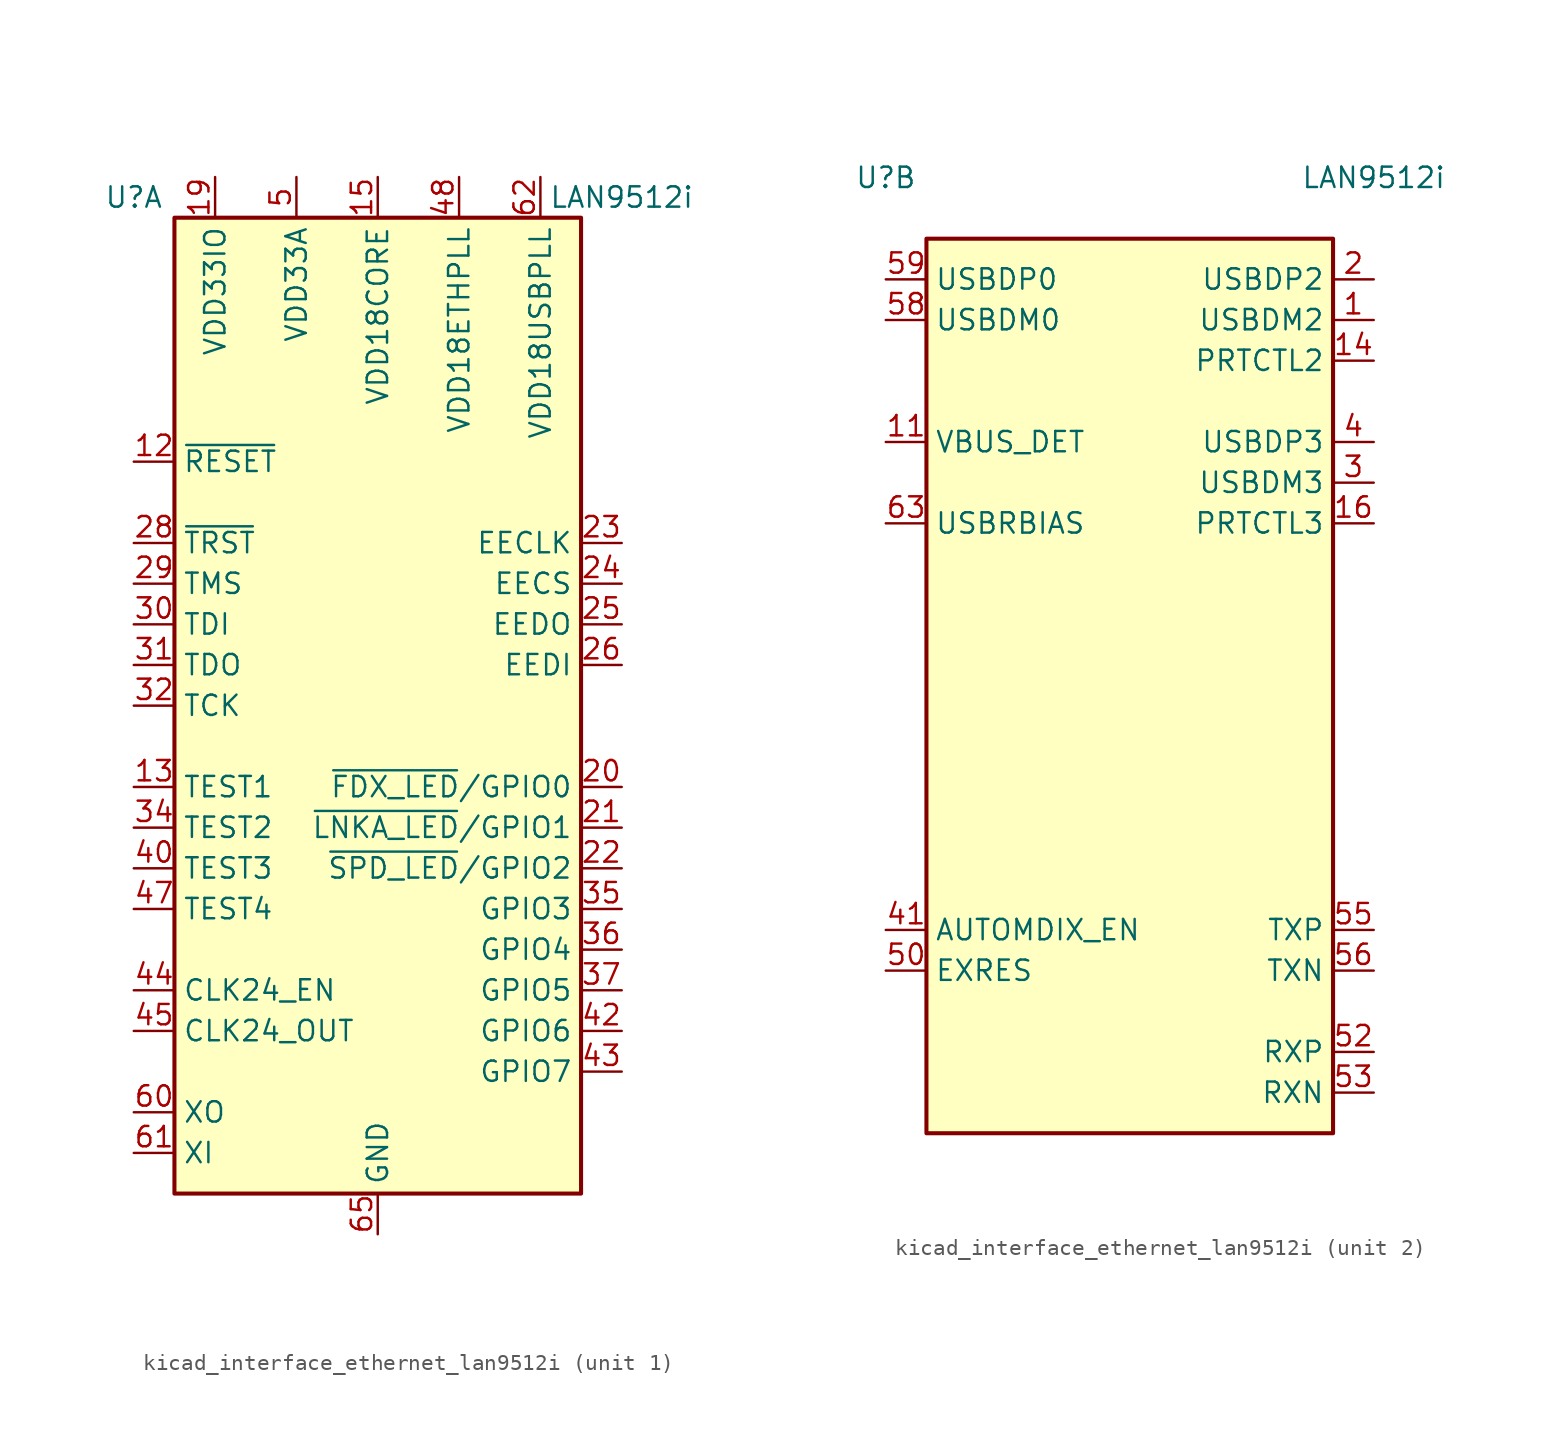
<source format=kicad_sym>
(kicad_symbol_lib
  (version 20220914)
  (generator kicad_symbol_editor)
  (symbol "kicad_interface_ethernet_lan9512i"
    (property "Reference" "U"
      (at -15.24 31.75 0)
      (effects (font (size 1.27 1.27))))
    (property "Value" "LAN9512i"
      (at 15.24 31.75 0)
      (effects (font (size 1.27 1.27))))
    (property "ki_locked" ""
      (at 0 0 0)
      (effects (font (size 1.27 1.27))))
    (symbol "kicad_interface_ethernet_lan9512i_1_1"
      (rectangle (start -12.7 30.48) (end 12.7 -30.48) (stroke (width 0.254) (type default)) (fill (type background)))
      (pin passive line (at -5.08 33.02 270) (length 2.54) hide (name "VDD33A" (effects (font (size 1.27 1.27)))) (number "10" (effects (font (size 1.27 1.27)))))
      (pin input line (at -15.24 15.24 0) (length 2.54) (name "~{RESET}" (effects (font (size 1.27 1.27)))) (number "12" (effects (font (size 1.27 1.27)))))
      (pin input line (at -15.24 -5.08 0) (length 2.54) (name "TEST1" (effects (font (size 1.27 1.27)))) (number "13" (effects (font (size 1.27 1.27)))))
      (pin power_in line (at 0 33.02 270) (length 2.54) (name "VDD18CORE" (effects (font (size 1.27 1.27)))) (number "15" (effects (font (size 1.27 1.27)))))
      (pin power_in line (at -10.16 33.02 270) (length 2.54) (name "VDD33IO" (effects (font (size 1.27 1.27)))) (number "19" (effects (font (size 1.27 1.27)))))
      (pin bidirectional line (at 15.24 -5.08 180) (length 2.54) (name "~{FDX_LED}/GPIO0" (effects (font (size 1.27 1.27)))) (number "20" (effects (font (size 1.27 1.27)))))
      (pin bidirectional line (at 15.24 -7.62 180) (length 2.54) (name "~{LNKA_LED}/GPIO1" (effects (font (size 1.27 1.27)))) (number "21" (effects (font (size 1.27 1.27)))))
      (pin bidirectional line (at 15.24 -10.16 180) (length 2.54) (name "~{SPD_LED}/GPIO2" (effects (font (size 1.27 1.27)))) (number "22" (effects (font (size 1.27 1.27)))))
      (pin output line (at 15.24 10.16 180) (length 2.54) (name "EECLK" (effects (font (size 1.27 1.27)))) (number "23" (effects (font (size 1.27 1.27)))))
      (pin output line (at 15.24 7.62 180) (length 2.54) (name "EECS" (effects (font (size 1.27 1.27)))) (number "24" (effects (font (size 1.27 1.27)))))
      (pin output line (at 15.24 5.08 180) (length 2.54) (name "EEDO" (effects (font (size 1.27 1.27)))) (number "25" (effects (font (size 1.27 1.27)))))
      (pin input line (at 15.24 2.54 180) (length 2.54) (name "EEDI" (effects (font (size 1.27 1.27)))) (number "26" (effects (font (size 1.27 1.27)))))
      (pin passive line (at -10.16 33.02 270) (length 2.54) hide (name "VDD33IO" (effects (font (size 1.27 1.27)))) (number "27" (effects (font (size 1.27 1.27)))))
      (pin input line (at -15.24 10.16 0) (length 2.54) (name "~{TRST}" (effects (font (size 1.27 1.27)))) (number "28" (effects (font (size 1.27 1.27)))))
      (pin input line (at -15.24 7.62 0) (length 2.54) (name "TMS" (effects (font (size 1.27 1.27)))) (number "29" (effects (font (size 1.27 1.27)))))
      (pin input line (at -15.24 5.08 0) (length 2.54) (name "TDI" (effects (font (size 1.27 1.27)))) (number "30" (effects (font (size 1.27 1.27)))))
      (pin output line (at -15.24 2.54 0) (length 2.54) (name "TDO" (effects (font (size 1.27 1.27)))) (number "31" (effects (font (size 1.27 1.27)))))
      (pin input line (at -15.24 0 0) (length 2.54) (name "TCK" (effects (font (size 1.27 1.27)))) (number "32" (effects (font (size 1.27 1.27)))))
      (pin passive line (at -10.16 33.02 270) (length 2.54) hide (name "VDD33IO" (effects (font (size 1.27 1.27)))) (number "33" (effects (font (size 1.27 1.27)))))
      (pin input line (at -15.24 -7.62 0) (length 2.54) (name "TEST2" (effects (font (size 1.27 1.27)))) (number "34" (effects (font (size 1.27 1.27)))))
      (pin bidirectional line (at 15.24 -12.7 180) (length 2.54) (name "GPIO3" (effects (font (size 1.27 1.27)))) (number "35" (effects (font (size 1.27 1.27)))))
      (pin bidirectional line (at 15.24 -15.24 180) (length 2.54) (name "GPIO4" (effects (font (size 1.27 1.27)))) (number "36" (effects (font (size 1.27 1.27)))))
      (pin bidirectional line (at 15.24 -17.78 180) (length 2.54) (name "GPIO5" (effects (font (size 1.27 1.27)))) (number "37" (effects (font (size 1.27 1.27)))))
      (pin passive line (at 0 33.02 270) (length 2.54) hide (name "VDD18CORE" (effects (font (size 1.27 1.27)))) (number "38" (effects (font (size 1.27 1.27)))))
      (pin passive line (at -10.16 33.02 270) (length 2.54) hide (name "VDD33IO" (effects (font (size 1.27 1.27)))) (number "39" (effects (font (size 1.27 1.27)))))
      (pin input line (at -15.24 -10.16 0) (length 2.54) (name "TEST3" (effects (font (size 1.27 1.27)))) (number "40" (effects (font (size 1.27 1.27)))))
      (pin bidirectional line (at 15.24 -20.32 180) (length 2.54) (name "GPIO6" (effects (font (size 1.27 1.27)))) (number "42" (effects (font (size 1.27 1.27)))))
      (pin bidirectional line (at 15.24 -22.86 180) (length 2.54) (name "GPIO7" (effects (font (size 1.27 1.27)))) (number "43" (effects (font (size 1.27 1.27)))))
      (pin input line (at -15.24 -17.78 0) (length 2.54) (name "CLK24_EN" (effects (font (size 1.27 1.27)))) (number "44" (effects (font (size 1.27 1.27)))))
      (pin output line (at -15.24 -20.32 0) (length 2.54) (name "CLK24_OUT" (effects (font (size 1.27 1.27)))) (number "45" (effects (font (size 1.27 1.27)))))
      (pin passive line (at -10.16 33.02 270) (length 2.54) hide (name "VDD33IO" (effects (font (size 1.27 1.27)))) (number "46" (effects (font (size 1.27 1.27)))))
      (pin input line (at -15.24 -12.7 0) (length 2.54) (name "TEST4" (effects (font (size 1.27 1.27)))) (number "47" (effects (font (size 1.27 1.27)))))
      (pin power_in line (at 5.08 33.02 270) (length 2.54) (name "VDD18ETHPLL" (effects (font (size 1.27 1.27)))) (number "48" (effects (font (size 1.27 1.27)))))
      (pin passive line (at -5.08 33.02 270) (length 2.54) hide (name "VDD33A" (effects (font (size 1.27 1.27)))) (number "49" (effects (font (size 1.27 1.27)))))
      (pin power_in line (at -5.08 33.02 270) (length 2.54) (name "VDD33A" (effects (font (size 1.27 1.27)))) (number "5" (effects (font (size 1.27 1.27)))))
      (pin passive line (at -5.08 33.02 270) (length 2.54) hide (name "VDD33A" (effects (font (size 1.27 1.27)))) (number "51" (effects (font (size 1.27 1.27)))))
      (pin passive line (at -5.08 33.02 270) (length 2.54) hide (name "VDD33A" (effects (font (size 1.27 1.27)))) (number "54" (effects (font (size 1.27 1.27)))))
      (pin passive line (at -5.08 33.02 270) (length 2.54) hide (name "VDD33A" (effects (font (size 1.27 1.27)))) (number "57" (effects (font (size 1.27 1.27)))))
      (pin input line (at -15.24 -25.4 0) (length 2.54) (name "XO" (effects (font (size 1.27 1.27)))) (number "60" (effects (font (size 1.27 1.27)))))
      (pin input line (at -15.24 -27.94 0) (length 2.54) (name "XI" (effects (font (size 1.27 1.27)))) (number "61" (effects (font (size 1.27 1.27)))))
      (pin power_in line (at 10.16 33.02 270) (length 2.54) (name "VDD18USBPLL" (effects (font (size 1.27 1.27)))) (number "62" (effects (font (size 1.27 1.27)))))
      (pin passive line (at -5.08 33.02 270) (length 2.54) hide (name "VDD33A" (effects (font (size 1.27 1.27)))) (number "64" (effects (font (size 1.27 1.27)))))
      (pin power_in line (at 0 -33.02 90) (length 2.54) (name "GND" (effects (font (size 1.27 1.27)))) (number "65" (effects (font (size 1.27 1.27))))))
    (symbol "kicad_interface_ethernet_lan9512i_2_1"
      (rectangle (start 12.7 -27.94) (end -12.7 27.94) (stroke (width 0.254) (type default)) (fill (type background)))
      (pin bidirectional line (at 15.24 22.86 180) (length 2.54) (name "USBDM2" (effects (font (size 1.27 1.27)))) (number "1" (effects (font (size 1.27 1.27)))))
      (pin input line (at -15.24 15.24 0) (length 2.54) (name "VBUS_DET" (effects (font (size 1.27 1.27)))) (number "11" (effects (font (size 1.27 1.27)))))
      (pin bidirectional line (at 15.24 20.32 180) (length 2.54) (name "PRTCTL2" (effects (font (size 1.27 1.27)))) (number "14" (effects (font (size 1.27 1.27)))))
      (pin bidirectional line (at 15.24 10.16 180) (length 2.54) (name "PRTCTL3" (effects (font (size 1.27 1.27)))) (number "16" (effects (font (size 1.27 1.27)))))
      (pin no_connect line (at 12.7 0 180) (length 2.54) hide (name "NC" (effects (font (size 1.27 1.27)))) (number "17" (effects (font (size 1.27 1.27)))))
      (pin no_connect line (at 12.7 -10.16 180) (length 2.54) hide (name "NC" (effects (font (size 1.27 1.27)))) (number "18" (effects (font (size 1.27 1.27)))))
      (pin bidirectional line (at 15.24 25.4 180) (length 2.54) (name "USBDP2" (effects (font (size 1.27 1.27)))) (number "2" (effects (font (size 1.27 1.27)))))
      (pin bidirectional line (at 15.24 12.7 180) (length 2.54) (name "USBDM3" (effects (font (size 1.27 1.27)))) (number "3" (effects (font (size 1.27 1.27)))))
      (pin bidirectional line (at 15.24 15.24 180) (length 2.54) (name "USBDP3" (effects (font (size 1.27 1.27)))) (number "4" (effects (font (size 1.27 1.27)))))
      (pin input line (at -15.24 -15.24 0) (length 2.54) (name "AUTOMDIX_EN" (effects (font (size 1.27 1.27)))) (number "41" (effects (font (size 1.27 1.27)))))
      (pin input line (at -15.24 -17.78 0) (length 2.54) (name "EXRES" (effects (font (size 1.27 1.27)))) (number "50" (effects (font (size 1.27 1.27)))))
      (pin input line (at 15.24 -22.86 180) (length 2.54) (name "RXP" (effects (font (size 1.27 1.27)))) (number "52" (effects (font (size 1.27 1.27)))))
      (pin input line (at 15.24 -25.4 180) (length 2.54) (name "RXN" (effects (font (size 1.27 1.27)))) (number "53" (effects (font (size 1.27 1.27)))))
      (pin output line (at 15.24 -15.24 180) (length 2.54) (name "TXP" (effects (font (size 1.27 1.27)))) (number "55" (effects (font (size 1.27 1.27)))))
      (pin output line (at 15.24 -17.78 180) (length 2.54) (name "TXN" (effects (font (size 1.27 1.27)))) (number "56" (effects (font (size 1.27 1.27)))))
      (pin bidirectional line (at -15.24 22.86 0) (length 2.54) (name "USBDM0" (effects (font (size 1.27 1.27)))) (number "58" (effects (font (size 1.27 1.27)))))
      (pin bidirectional line (at -15.24 25.4 0) (length 2.54) (name "USBDP0" (effects (font (size 1.27 1.27)))) (number "59" (effects (font (size 1.27 1.27)))))
      (pin no_connect line (at 12.7 2.54 180) (length 2.54) hide (name "NC" (effects (font (size 1.27 1.27)))) (number "6" (effects (font (size 1.27 1.27)))))
      (pin input line (at -15.24 10.16 0) (length 2.54) (name "USBRBIAS" (effects (font (size 1.27 1.27)))) (number "63" (effects (font (size 1.27 1.27)))))
      (pin no_connect line (at 12.7 5.08 180) (length 2.54) hide (name "NC" (effects (font (size 1.27 1.27)))) (number "7" (effects (font (size 1.27 1.27)))))
      (pin no_connect line (at 12.7 -7.62 180) (length 2.54) hide (name "NC" (effects (font (size 1.27 1.27)))) (number "8" (effects (font (size 1.27 1.27)))))
      (pin no_connect line (at 12.7 -5.08 180) (length 2.54) hide (name "NC" (effects (font (size 1.27 1.27)))) (number "9" (effects (font (size 1.27 1.27))))))))
</source>
